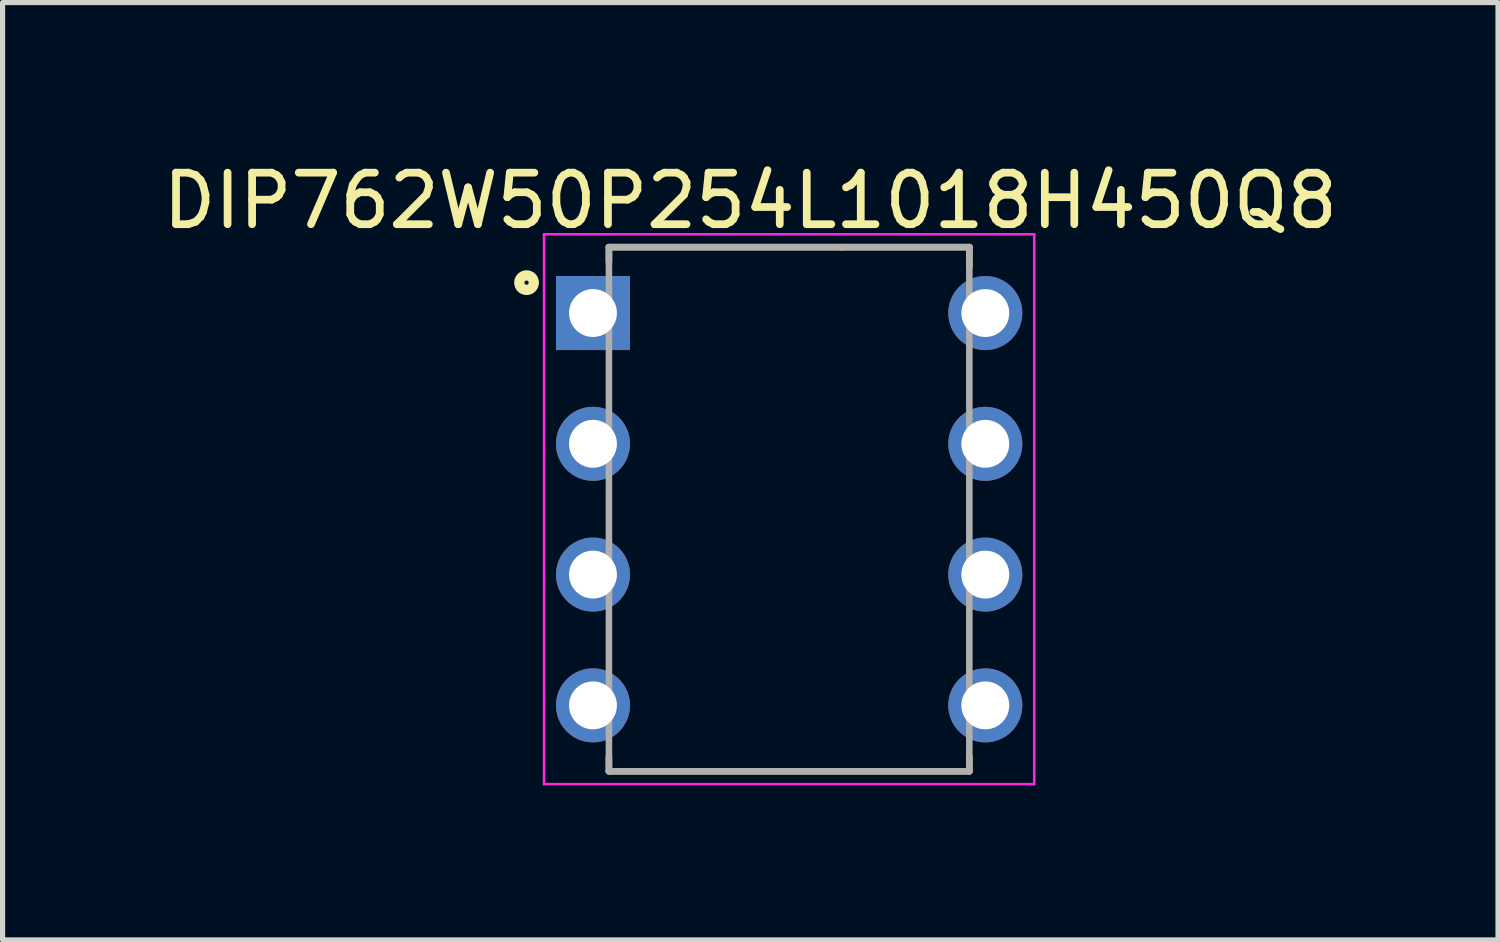
<source format=kicad_pcb>
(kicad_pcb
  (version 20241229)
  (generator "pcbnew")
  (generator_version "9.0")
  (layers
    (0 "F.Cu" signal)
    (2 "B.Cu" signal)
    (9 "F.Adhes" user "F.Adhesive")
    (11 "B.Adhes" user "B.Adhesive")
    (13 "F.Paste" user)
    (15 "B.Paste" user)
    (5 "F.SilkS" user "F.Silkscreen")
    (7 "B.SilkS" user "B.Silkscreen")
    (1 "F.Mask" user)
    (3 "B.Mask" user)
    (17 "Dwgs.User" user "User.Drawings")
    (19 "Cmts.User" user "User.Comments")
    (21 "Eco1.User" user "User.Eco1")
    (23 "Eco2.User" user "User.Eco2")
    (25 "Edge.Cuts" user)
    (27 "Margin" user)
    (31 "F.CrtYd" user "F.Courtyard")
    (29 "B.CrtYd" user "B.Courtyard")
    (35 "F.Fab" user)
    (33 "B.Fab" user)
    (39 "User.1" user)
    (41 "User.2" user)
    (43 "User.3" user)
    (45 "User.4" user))
  (footprint "DIP762W50P254L1018H450Q8"
    (layer "F.Cu")
    (at 12.277 6.84)
    (property "Reference" "DIP762W50P254L1018H450Q8" (at -0.754 -5.991 0) (layer "F.SilkS") (effects (font (size 1.001 1.001) (thickness 0.15))))
    (attr through_hole)
    (fp_line (start -3.5 -5.09) (end 1.016 -5.09) (stroke (width 0.127) (type solid)) (layer "F.SilkS"))
    (fp_line (start -3.5 -4.8) (end -3.5 -5.09) (stroke (width 0.127) (type solid)) (layer "F.SilkS"))
    (fp_line (start -3.5 4.8) (end -3.5 5.09) (stroke (width 0.127) (type solid)) (layer "F.SilkS"))
    (fp_line (start -3.5 5.09) (end 3.5 5.09) (stroke (width 0.127) (type solid)) (layer "F.SilkS"))
    (fp_line (start 1.016 -5.09) (end 3.5 -5.09) (stroke (width 0.127) (type solid)) (layer "F.SilkS"))
    (fp_line (start 3.5 -5.09) (end 3.5 -4.7) (stroke (width 0.127) (type solid)) (layer "F.SilkS"))
    (fp_line (start 3.5 5.09) (end 3.5 4.8) (stroke (width 0.127) (type solid)) (layer "F.SilkS"))
    (fp_circle (center -5.1 -4.4) (end -4.959 -4.4) (stroke (width 0.2) (type solid)) (fill no) (layer "F.SilkS"))
    (fp_line (start -4.76 -5.34) (end 4.76 -5.34) (stroke (width 0.05) (type solid)) (layer "F.CrtYd"))
    (fp_line (start -4.76 5.34) (end -4.76 -5.34) (stroke (width 0.05) (type solid)) (layer "F.CrtYd"))
    (fp_line (start 4.76 -5.34) (end 4.76 5.34) (stroke (width 0.05) (type solid)) (layer "F.CrtYd"))
    (fp_line (start 4.76 5.34) (end -4.76 5.34) (stroke (width 0.05) (type solid)) (layer "F.CrtYd"))
    (fp_line (start -3.5 -5.09) (end -3.5 5.09) (stroke (width 0.127) (type solid)) (layer "F.Fab"))
    (fp_line (start -3.5 -5.09) (end 3.5 -5.09) (stroke (width 0.127) (type solid)) (layer "F.Fab"))
    (fp_line (start 3.5 5.09) (end -3.5 5.09) (stroke (width 0.127) (type solid)) (layer "F.Fab"))
    (fp_line (start 3.5 5.09) (end 3.5 -5.09) (stroke (width 0.127) (type solid)) (layer "F.Fab"))
    (pad "1" thru_hole rect (at -3.81 -3.81) (size 1.438 1.438) (drill 0.93) (layers "*.Cu" "*.Mask"))
    (pad "2" thru_hole circle (at -3.81 -1.27) (size 1.438 1.438) (drill 0.93) (layers "*.Cu" "*.Mask"))
    (pad "3" thru_hole circle (at -3.81 1.27) (size 1.438 1.438) (drill 0.93) (layers "*.Cu" "*.Mask"))
    (pad "4" thru_hole circle (at -3.81 3.81) (size 1.438 1.438) (drill 0.93) (layers "*.Cu" "*.Mask"))
    (pad "5" thru_hole circle (at 3.81 3.81) (size 1.438 1.438) (drill 0.93) (layers "*.Cu" "*.Mask"))
    (pad "6" thru_hole circle (at 3.81 1.27) (size 1.438 1.438) (drill 0.93) (layers "*.Cu" "*.Mask"))
    (pad "7" thru_hole circle (at 3.81 -1.27) (size 1.438 1.438) (drill 0.93) (layers "*.Cu" "*.Mask"))
    (pad "8" thru_hole circle (at 3.81 -3.81) (size 1.438 1.438) (drill 0.93) (layers "*.Cu" "*.Mask")))
  (gr_rect
    (start -3 -3)
    (end 26.045 15.205)
    (stroke (width 0.1) (type default))
    (fill no)
    (layer "Edge.Cuts")))
</source>
